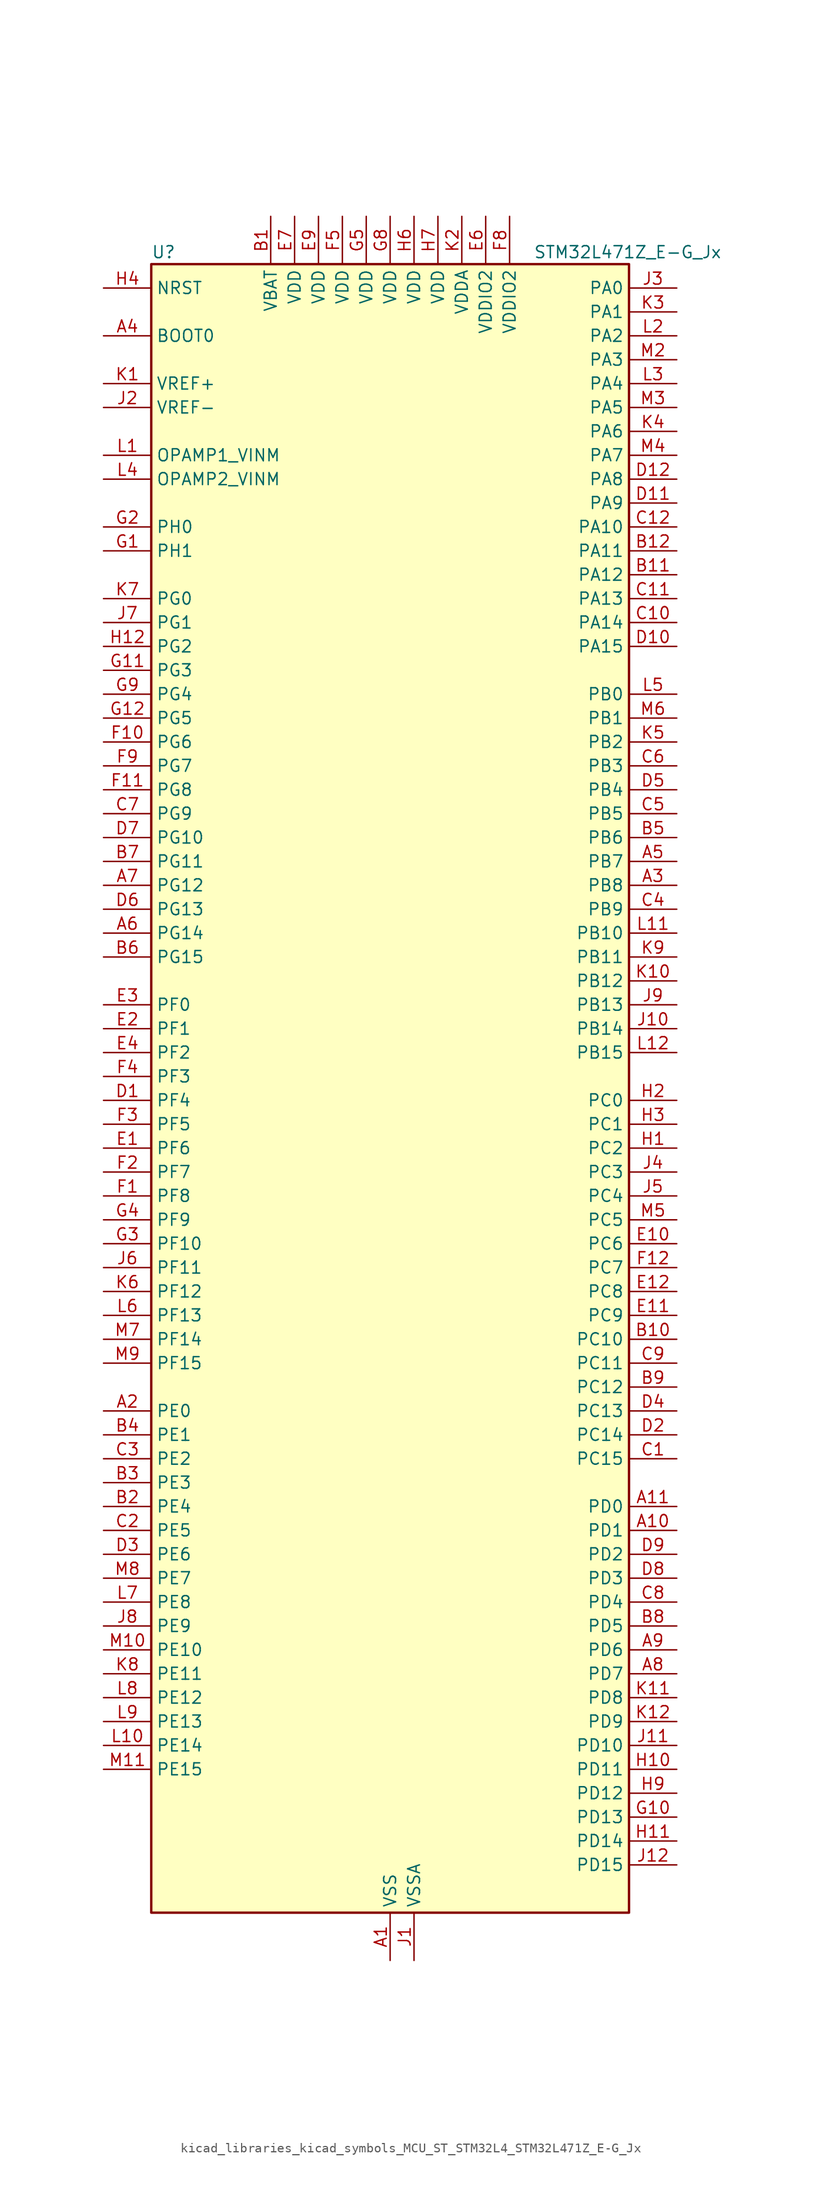
<source format=kicad_sym>
(kicad_symbol_lib
  (version 20220914)
  (generator kicad_symbol_editor)
  (symbol "kicad_libraries_kicad_symbols_MCU_ST_STM32L4_STM32L471Z_E-G_Jx"
    (property "Reference" "U"
      (at -25.4 90.17 0)
      (effects (font (size 1.27 1.27)) (justify left)))
    (property "Value" "STM32L471Z_E-G_Jx"
      (at 15.24 90.17 0)
      (effects (font (size 1.27 1.27)) (justify left)))
    (property "ki_locked" ""
      (at 0 0 0)
      (effects (font (size 1.27 1.27))))
    (symbol "kicad_libraries_kicad_symbols_MCU_ST_STM32L4_STM32L471Z_E-G_Jx_0_1"
      (rectangle (start -25.4 -86.36) (end 25.4 88.9) (stroke (width 0.254) (type default)) (fill (type background))))
    (symbol "kicad_libraries_kicad_symbols_MCU_ST_STM32L4_STM32L471Z_E-G_Jx_1_1"
      (pin power_in line (at 0 -91.44 90) (length 5.08) (name "VSS" (effects (font (size 1.27 1.27)))) (number "A1" (effects (font (size 1.27 1.27)))))
      (pin bidirectional line (at 30.48 -45.72 180) (length 5.08) (name "PD1" (effects (font (size 1.27 1.27)))) (number "A10" (effects (font (size 1.27 1.27)))) (alternate "CAN1_TX" bidirectional line) (alternate "DFSDM1_CKIN7" bidirectional line) (alternate "FMC_D3" bidirectional line) (alternate "FMC_DA3" bidirectional line) (alternate "SPI2_SCK" bidirectional line))
      (pin bidirectional line (at 30.48 -43.18 180) (length 5.08) (name "PD0" (effects (font (size 1.27 1.27)))) (number "A11" (effects (font (size 1.27 1.27)))) (alternate "CAN1_RX" bidirectional line) (alternate "DFSDM1_DATIN7" bidirectional line) (alternate "FMC_D2" bidirectional line) (alternate "FMC_DA2" bidirectional line) (alternate "SPI2_NSS" bidirectional line))
      (pin passive line (at 0 -91.44 90) (length 5.08) hide (name "VSS" (effects (font (size 1.27 1.27)))) (number "A12" (effects (font (size 1.27 1.27)))))
      (pin bidirectional line (at -30.48 -33.02 0) (length 5.08) (name "PE0" (effects (font (size 1.27 1.27)))) (number "A2" (effects (font (size 1.27 1.27)))) (alternate "FMC_NBL0" bidirectional line) (alternate "TIM16_CH1" bidirectional line) (alternate "TIM4_ETR" bidirectional line))
      (pin bidirectional line (at 30.48 22.86 180) (length 5.08) (name "PB8" (effects (font (size 1.27 1.27)))) (number "A3" (effects (font (size 1.27 1.27)))) (alternate "CAN1_RX" bidirectional line) (alternate "DFSDM1_DATIN6" bidirectional line) (alternate "I2C1_SCL" bidirectional line) (alternate "SAI1_MCLK_A" bidirectional line) (alternate "SDMMC1_D4" bidirectional line) (alternate "TIM16_CH1" bidirectional line) (alternate "TIM4_CH3" bidirectional line))
      (pin input line (at -30.48 81.28 0) (length 5.08) (name "BOOT0" (effects (font (size 1.27 1.27)))) (number "A4" (effects (font (size 1.27 1.27)))))
      (pin bidirectional line (at 30.48 25.4 180) (length 5.08) (name "PB7" (effects (font (size 1.27 1.27)))) (number "A5" (effects (font (size 1.27 1.27)))) (alternate "COMP2_INM" bidirectional line) (alternate "DFSDM1_CKIN5" bidirectional line) (alternate "FMC_NL" bidirectional line) (alternate "I2C1_SDA" bidirectional line) (alternate "LPTIM1_IN2" bidirectional line) (alternate "SYS_PVD_IN" bidirectional line) (alternate "TIM17_CH1N" bidirectional line) (alternate "TIM4_CH2" bidirectional line) (alternate "TIM8_BKIN" bidirectional line) (alternate "TIM8_BKIN_COMP1" bidirectional line) (alternate "TSC_G2_IO4" bidirectional line) (alternate "UART4_CTS" bidirectional line) (alternate "USART1_RX" bidirectional line))
      (pin bidirectional line (at -30.48 17.78 0) (length 5.08) (name "PG14" (effects (font (size 1.27 1.27)))) (number "A6" (effects (font (size 1.27 1.27)))) (alternate "FMC_A25" bidirectional line) (alternate "I2C1_SCL" bidirectional line))
      (pin bidirectional line (at -30.48 22.86 0) (length 5.08) (name "PG12" (effects (font (size 1.27 1.27)))) (number "A7" (effects (font (size 1.27 1.27)))) (alternate "FMC_NE4" bidirectional line) (alternate "LPTIM1_ETR" bidirectional line) (alternate "SAI2_SD_A" bidirectional line) (alternate "SPI3_NSS" bidirectional line) (alternate "USART1_DE" bidirectional line) (alternate "USART1_RTS" bidirectional line))
      (pin bidirectional line (at 30.48 -60.96 180) (length 5.08) (name "PD7" (effects (font (size 1.27 1.27)))) (number "A8" (effects (font (size 1.27 1.27)))) (alternate "DFSDM1_CKIN1" bidirectional line) (alternate "FMC_NE1" bidirectional line) (alternate "USART2_CK" bidirectional line))
      (pin bidirectional line (at 30.48 -58.42 180) (length 5.08) (name "PD6" (effects (font (size 1.27 1.27)))) (number "A9" (effects (font (size 1.27 1.27)))) (alternate "DFSDM1_DATIN1" bidirectional line) (alternate "FMC_NWAIT" bidirectional line) (alternate "SAI1_SD_A" bidirectional line) (alternate "USART2_RX" bidirectional line))
      (pin power_in line (at -12.7 93.98 270) (length 5.08) (name "VBAT" (effects (font (size 1.27 1.27)))) (number "B1" (effects (font (size 1.27 1.27)))))
      (pin bidirectional line (at 30.48 -25.4 180) (length 5.08) (name "PC10" (effects (font (size 1.27 1.27)))) (number "B10" (effects (font (size 1.27 1.27)))) (alternate "SAI2_SCK_B" bidirectional line) (alternate "SDMMC1_D2" bidirectional line) (alternate "SPI3_SCK" bidirectional line) (alternate "TSC_G3_IO2" bidirectional line) (alternate "UART4_TX" bidirectional line) (alternate "USART3_TX" bidirectional line))
      (pin bidirectional line (at 30.48 55.88 180) (length 5.08) (name "PA12" (effects (font (size 1.27 1.27)))) (number "B11" (effects (font (size 1.27 1.27)))) (alternate "CAN1_TX" bidirectional line) (alternate "TIM1_ETR" bidirectional line) (alternate "USART1_DE" bidirectional line) (alternate "USART1_RTS" bidirectional line))
      (pin bidirectional line (at 30.48 58.42 180) (length 5.08) (name "PA11" (effects (font (size 1.27 1.27)))) (number "B12" (effects (font (size 1.27 1.27)))) (alternate "ADC1_EXTI11" bidirectional line) (alternate "ADC2_EXTI11" bidirectional line) (alternate "ADC3_EXTI11" bidirectional line) (alternate "CAN1_RX" bidirectional line) (alternate "TIM1_BKIN2" bidirectional line) (alternate "TIM1_BKIN2_COMP1" bidirectional line) (alternate "TIM1_CH4" bidirectional line) (alternate "USART1_CTS" bidirectional line))
      (pin bidirectional line (at -30.48 -43.18 0) (length 5.08) (name "PE4" (effects (font (size 1.27 1.27)))) (number "B2" (effects (font (size 1.27 1.27)))) (alternate "DFSDM1_DATIN3" bidirectional line) (alternate "FMC_A20" bidirectional line) (alternate "SAI1_FS_A" bidirectional line) (alternate "SYS_TRACED1" bidirectional line) (alternate "TIM3_CH2" bidirectional line) (alternate "TSC_G7_IO3" bidirectional line))
      (pin bidirectional line (at -30.48 -40.64 0) (length 5.08) (name "PE3" (effects (font (size 1.27 1.27)))) (number "B3" (effects (font (size 1.27 1.27)))) (alternate "FMC_A19" bidirectional line) (alternate "SAI1_SD_B" bidirectional line) (alternate "SYS_TRACED0" bidirectional line) (alternate "TIM3_CH1" bidirectional line) (alternate "TSC_G7_IO2" bidirectional line))
      (pin bidirectional line (at -30.48 -35.56 0) (length 5.08) (name "PE1" (effects (font (size 1.27 1.27)))) (number "B4" (effects (font (size 1.27 1.27)))) (alternate "FMC_NBL1" bidirectional line) (alternate "TIM17_CH1" bidirectional line))
      (pin bidirectional line (at 30.48 27.94 180) (length 5.08) (name "PB6" (effects (font (size 1.27 1.27)))) (number "B5" (effects (font (size 1.27 1.27)))) (alternate "COMP2_INP" bidirectional line) (alternate "DFSDM1_DATIN5" bidirectional line) (alternate "I2C1_SCL" bidirectional line) (alternate "LPTIM1_ETR" bidirectional line) (alternate "SAI1_FS_B" bidirectional line) (alternate "TIM16_CH1N" bidirectional line) (alternate "TIM4_CH1" bidirectional line) (alternate "TIM8_BKIN2" bidirectional line) (alternate "TIM8_BKIN2_COMP2" bidirectional line) (alternate "TSC_G2_IO3" bidirectional line) (alternate "USART1_TX" bidirectional line))
      (pin bidirectional line (at -30.48 15.24 0) (length 5.08) (name "PG15" (effects (font (size 1.27 1.27)))) (number "B6" (effects (font (size 1.27 1.27)))) (alternate "ADC1_EXTI15" bidirectional line) (alternate "ADC2_EXTI15" bidirectional line) (alternate "ADC3_EXTI15" bidirectional line) (alternate "I2C1_SMBA" bidirectional line) (alternate "LPTIM1_OUT" bidirectional line))
      (pin bidirectional line (at -30.48 25.4 0) (length 5.08) (name "PG11" (effects (font (size 1.27 1.27)))) (number "B7" (effects (font (size 1.27 1.27)))) (alternate "ADC1_EXTI11" bidirectional line) (alternate "ADC2_EXTI11" bidirectional line) (alternate "ADC3_EXTI11" bidirectional line) (alternate "LPTIM1_IN2" bidirectional line) (alternate "SAI2_MCLK_A" bidirectional line) (alternate "SPI3_MOSI" bidirectional line) (alternate "TIM15_CH2" bidirectional line) (alternate "USART1_CTS" bidirectional line))
      (pin bidirectional line (at 30.48 -55.88 180) (length 5.08) (name "PD5" (effects (font (size 1.27 1.27)))) (number "B8" (effects (font (size 1.27 1.27)))) (alternate "FMC_NWE" bidirectional line) (alternate "USART2_TX" bidirectional line))
      (pin bidirectional line (at 30.48 -30.48 180) (length 5.08) (name "PC12" (effects (font (size 1.27 1.27)))) (number "B9" (effects (font (size 1.27 1.27)))) (alternate "SAI2_SD_B" bidirectional line) (alternate "SDMMC1_CK" bidirectional line) (alternate "SPI3_MOSI" bidirectional line) (alternate "TSC_G3_IO4" bidirectional line) (alternate "UART5_TX" bidirectional line) (alternate "USART3_CK" bidirectional line))
      (pin bidirectional line (at 30.48 -38.1 180) (length 5.08) (name "PC15" (effects (font (size 1.27 1.27)))) (number "C1" (effects (font (size 1.27 1.27)))) (alternate "ADC1_EXTI15" bidirectional line) (alternate "ADC2_EXTI15" bidirectional line) (alternate "ADC3_EXTI15" bidirectional line) (alternate "RCC_OSC32_OUT" bidirectional line))
      (pin bidirectional line (at 30.48 50.8 180) (length 5.08) (name "PA14" (effects (font (size 1.27 1.27)))) (number "C10" (effects (font (size 1.27 1.27)))) (alternate "SYS_JTCK-SWCLK" bidirectional line))
      (pin bidirectional line (at 30.48 53.34 180) (length 5.08) (name "PA13" (effects (font (size 1.27 1.27)))) (number "C11" (effects (font (size 1.27 1.27)))) (alternate "IR_OUT" bidirectional line) (alternate "SYS_JTMS-SWDIO" bidirectional line))
      (pin bidirectional line (at 30.48 60.96 180) (length 5.08) (name "PA10" (effects (font (size 1.27 1.27)))) (number "C12" (effects (font (size 1.27 1.27)))) (alternate "TIM17_BKIN" bidirectional line) (alternate "TIM1_CH3" bidirectional line) (alternate "USART1_RX" bidirectional line))
      (pin bidirectional line (at -30.48 -45.72 0) (length 5.08) (name "PE5" (effects (font (size 1.27 1.27)))) (number "C2" (effects (font (size 1.27 1.27)))) (alternate "DFSDM1_CKIN3" bidirectional line) (alternate "FMC_A21" bidirectional line) (alternate "SAI1_SCK_A" bidirectional line) (alternate "SYS_TRACED2" bidirectional line) (alternate "TIM3_CH3" bidirectional line) (alternate "TSC_G7_IO4" bidirectional line))
      (pin bidirectional line (at -30.48 -38.1 0) (length 5.08) (name "PE2" (effects (font (size 1.27 1.27)))) (number "C3" (effects (font (size 1.27 1.27)))) (alternate "FMC_A23" bidirectional line) (alternate "SAI1_MCLK_A" bidirectional line) (alternate "SYS_TRACECLK" bidirectional line) (alternate "TIM3_ETR" bidirectional line) (alternate "TSC_G7_IO1" bidirectional line))
      (pin bidirectional line (at 30.48 20.32 180) (length 5.08) (name "PB9" (effects (font (size 1.27 1.27)))) (number "C4" (effects (font (size 1.27 1.27)))) (alternate "CAN1_TX" bidirectional line) (alternate "DAC1_EXTI9" bidirectional line) (alternate "DFSDM1_CKIN6" bidirectional line) (alternate "I2C1_SDA" bidirectional line) (alternate "IR_OUT" bidirectional line) (alternate "SAI1_FS_A" bidirectional line) (alternate "SDMMC1_D5" bidirectional line) (alternate "SPI2_NSS" bidirectional line) (alternate "TIM17_CH1" bidirectional line) (alternate "TIM4_CH4" bidirectional line))
      (pin bidirectional line (at 30.48 30.48 180) (length 5.08) (name "PB5" (effects (font (size 1.27 1.27)))) (number "C5" (effects (font (size 1.27 1.27)))) (alternate "COMP2_OUT" bidirectional line) (alternate "I2C1_SMBA" bidirectional line) (alternate "LPTIM1_IN1" bidirectional line) (alternate "SAI1_SD_B" bidirectional line) (alternate "SPI1_MOSI" bidirectional line) (alternate "SPI3_MOSI" bidirectional line) (alternate "TIM16_BKIN" bidirectional line) (alternate "TIM3_CH2" bidirectional line) (alternate "TSC_G2_IO2" bidirectional line) (alternate "UART5_CTS" bidirectional line) (alternate "USART1_CK" bidirectional line))
      (pin bidirectional line (at 30.48 35.56 180) (length 5.08) (name "PB3" (effects (font (size 1.27 1.27)))) (number "C6" (effects (font (size 1.27 1.27)))) (alternate "COMP2_INM" bidirectional line) (alternate "SAI1_SCK_B" bidirectional line) (alternate "SPI1_SCK" bidirectional line) (alternate "SPI3_SCK" bidirectional line) (alternate "SYS_JTDO-SWO" bidirectional line) (alternate "TIM2_CH2" bidirectional line) (alternate "USART1_DE" bidirectional line) (alternate "USART1_RTS" bidirectional line))
      (pin bidirectional line (at -30.48 30.48 0) (length 5.08) (name "PG9" (effects (font (size 1.27 1.27)))) (number "C7" (effects (font (size 1.27 1.27)))) (alternate "DAC1_EXTI9" bidirectional line) (alternate "FMC_NCE3" bidirectional line) (alternate "FMC_NE2" bidirectional line) (alternate "SAI2_SCK_A" bidirectional line) (alternate "SPI3_SCK" bidirectional line) (alternate "TIM15_CH1N" bidirectional line) (alternate "USART1_TX" bidirectional line))
      (pin bidirectional line (at 30.48 -53.34 180) (length 5.08) (name "PD4" (effects (font (size 1.27 1.27)))) (number "C8" (effects (font (size 1.27 1.27)))) (alternate "DFSDM1_CKIN0" bidirectional line) (alternate "FMC_NOE" bidirectional line) (alternate "SPI2_MOSI" bidirectional line) (alternate "USART2_DE" bidirectional line) (alternate "USART2_RTS" bidirectional line))
      (pin bidirectional line (at 30.48 -27.94 180) (length 5.08) (name "PC11" (effects (font (size 1.27 1.27)))) (number "C9" (effects (font (size 1.27 1.27)))) (alternate "ADC1_EXTI11" bidirectional line) (alternate "ADC2_EXTI11" bidirectional line) (alternate "ADC3_EXTI11" bidirectional line) (alternate "SAI2_MCLK_B" bidirectional line) (alternate "SDMMC1_D3" bidirectional line) (alternate "SPI3_MISO" bidirectional line) (alternate "TSC_G3_IO3" bidirectional line) (alternate "UART4_RX" bidirectional line) (alternate "USART3_RX" bidirectional line))
      (pin bidirectional line (at -30.48 0 0) (length 5.08) (name "PF4" (effects (font (size 1.27 1.27)))) (number "D1" (effects (font (size 1.27 1.27)))) (alternate "ADC3_IN7" bidirectional line) (alternate "FMC_A4" bidirectional line))
      (pin bidirectional line (at 30.48 48.26 180) (length 5.08) (name "PA15" (effects (font (size 1.27 1.27)))) (number "D10" (effects (font (size 1.27 1.27)))) (alternate "ADC1_EXTI15" bidirectional line) (alternate "ADC2_EXTI15" bidirectional line) (alternate "ADC3_EXTI15" bidirectional line) (alternate "SAI2_FS_B" bidirectional line) (alternate "SPI1_NSS" bidirectional line) (alternate "SPI3_NSS" bidirectional line) (alternate "SYS_JTDI" bidirectional line) (alternate "TIM2_CH1" bidirectional line) (alternate "TIM2_ETR" bidirectional line) (alternate "TSC_G3_IO1" bidirectional line) (alternate "UART4_DE" bidirectional line) (alternate "UART4_RTS" bidirectional line))
      (pin bidirectional line (at 30.48 63.5 180) (length 5.08) (name "PA9" (effects (font (size 1.27 1.27)))) (number "D11" (effects (font (size 1.27 1.27)))) (alternate "DAC1_EXTI9" bidirectional line) (alternate "TIM15_BKIN" bidirectional line) (alternate "TIM1_CH2" bidirectional line) (alternate "USART1_TX" bidirectional line))
      (pin bidirectional line (at 30.48 66.04 180) (length 5.08) (name "PA8" (effects (font (size 1.27 1.27)))) (number "D12" (effects (font (size 1.27 1.27)))) (alternate "LPTIM2_OUT" bidirectional line) (alternate "RCC_MCO" bidirectional line) (alternate "TIM1_CH1" bidirectional line) (alternate "USART1_CK" bidirectional line))
      (pin bidirectional line (at 30.48 -35.56 180) (length 5.08) (name "PC14" (effects (font (size 1.27 1.27)))) (number "D2" (effects (font (size 1.27 1.27)))) (alternate "RCC_OSC32_IN" bidirectional line))
      (pin bidirectional line (at -30.48 -48.26 0) (length 5.08) (name "PE6" (effects (font (size 1.27 1.27)))) (number "D3" (effects (font (size 1.27 1.27)))) (alternate "FMC_A22" bidirectional line) (alternate "RTC_TAMP3" bidirectional line) (alternate "SAI1_SD_A" bidirectional line) (alternate "SYS_TRACED3" bidirectional line) (alternate "SYS_WKUP3" bidirectional line) (alternate "TIM3_CH4" bidirectional line))
      (pin bidirectional line (at 30.48 -33.02 180) (length 5.08) (name "PC13" (effects (font (size 1.27 1.27)))) (number "D4" (effects (font (size 1.27 1.27)))) (alternate "RTC_OUT_ALARM" bidirectional line) (alternate "RTC_OUT_CALIB" bidirectional line) (alternate "RTC_TAMP1" bidirectional line) (alternate "RTC_TS" bidirectional line) (alternate "SYS_WKUP2" bidirectional line))
      (pin bidirectional line (at 30.48 33.02 180) (length 5.08) (name "PB4" (effects (font (size 1.27 1.27)))) (number "D5" (effects (font (size 1.27 1.27)))) (alternate "COMP2_INP" bidirectional line) (alternate "SAI1_MCLK_B" bidirectional line) (alternate "SPI1_MISO" bidirectional line) (alternate "SPI3_MISO" bidirectional line) (alternate "SYS_JTRST" bidirectional line) (alternate "TIM17_BKIN" bidirectional line) (alternate "TIM3_CH1" bidirectional line) (alternate "TSC_G2_IO1" bidirectional line) (alternate "UART5_DE" bidirectional line) (alternate "UART5_RTS" bidirectional line) (alternate "USART1_CTS" bidirectional line))
      (pin bidirectional line (at -30.48 20.32 0) (length 5.08) (name "PG13" (effects (font (size 1.27 1.27)))) (number "D6" (effects (font (size 1.27 1.27)))) (alternate "FMC_A24" bidirectional line) (alternate "I2C1_SDA" bidirectional line) (alternate "USART1_CK" bidirectional line))
      (pin bidirectional line (at -30.48 27.94 0) (length 5.08) (name "PG10" (effects (font (size 1.27 1.27)))) (number "D7" (effects (font (size 1.27 1.27)))) (alternate "FMC_NE3" bidirectional line) (alternate "LPTIM1_IN1" bidirectional line) (alternate "SAI2_FS_A" bidirectional line) (alternate "SPI3_MISO" bidirectional line) (alternate "TIM15_CH1" bidirectional line) (alternate "USART1_RX" bidirectional line))
      (pin bidirectional line (at 30.48 -50.8 180) (length 5.08) (name "PD3" (effects (font (size 1.27 1.27)))) (number "D8" (effects (font (size 1.27 1.27)))) (alternate "DFSDM1_DATIN0" bidirectional line) (alternate "FMC_CLK" bidirectional line) (alternate "SPI2_MISO" bidirectional line) (alternate "USART2_CTS" bidirectional line))
      (pin bidirectional line (at 30.48 -48.26 180) (length 5.08) (name "PD2" (effects (font (size 1.27 1.27)))) (number "D9" (effects (font (size 1.27 1.27)))) (alternate "SDMMC1_CMD" bidirectional line) (alternate "TIM3_ETR" bidirectional line) (alternate "TSC_SYNC" bidirectional line) (alternate "UART5_RX" bidirectional line) (alternate "USART3_DE" bidirectional line) (alternate "USART3_RTS" bidirectional line))
      (pin bidirectional line (at -30.48 -5.08 0) (length 5.08) (name "PF6" (effects (font (size 1.27 1.27)))) (number "E1" (effects (font (size 1.27 1.27)))) (alternate "ADC3_IN9" bidirectional line) (alternate "SAI1_SD_B" bidirectional line) (alternate "TIM5_CH1" bidirectional line) (alternate "TIM5_ETR" bidirectional line))
      (pin bidirectional line (at 30.48 -15.24 180) (length 5.08) (name "PC6" (effects (font (size 1.27 1.27)))) (number "E10" (effects (font (size 1.27 1.27)))) (alternate "DFSDM1_CKIN3" bidirectional line) (alternate "SAI2_MCLK_A" bidirectional line) (alternate "SDMMC1_D6" bidirectional line) (alternate "TIM3_CH1" bidirectional line) (alternate "TIM8_CH1" bidirectional line) (alternate "TSC_G4_IO1" bidirectional line))
      (pin bidirectional line (at 30.48 -22.86 180) (length 5.08) (name "PC9" (effects (font (size 1.27 1.27)))) (number "E11" (effects (font (size 1.27 1.27)))) (alternate "DAC1_EXTI9" bidirectional line) (alternate "SAI2_EXTCLK" bidirectional line) (alternate "SDMMC1_D1" bidirectional line) (alternate "TIM3_CH4" bidirectional line) (alternate "TIM8_BKIN2" bidirectional line) (alternate "TIM8_BKIN2_COMP1" bidirectional line) (alternate "TIM8_CH4" bidirectional line) (alternate "TSC_G4_IO4" bidirectional line))
      (pin bidirectional line (at 30.48 -20.32 180) (length 5.08) (name "PC8" (effects (font (size 1.27 1.27)))) (number "E12" (effects (font (size 1.27 1.27)))) (alternate "SDMMC1_D0" bidirectional line) (alternate "TIM3_CH3" bidirectional line) (alternate "TIM8_CH3" bidirectional line) (alternate "TSC_G4_IO3" bidirectional line))
      (pin bidirectional line (at -30.48 7.62 0) (length 5.08) (name "PF1" (effects (font (size 1.27 1.27)))) (number "E2" (effects (font (size 1.27 1.27)))) (alternate "FMC_A1" bidirectional line) (alternate "I2C2_SCL" bidirectional line))
      (pin bidirectional line (at -30.48 10.16 0) (length 5.08) (name "PF0" (effects (font (size 1.27 1.27)))) (number "E3" (effects (font (size 1.27 1.27)))) (alternate "FMC_A0" bidirectional line) (alternate "I2C2_SDA" bidirectional line))
      (pin bidirectional line (at -30.48 5.08 0) (length 5.08) (name "PF2" (effects (font (size 1.27 1.27)))) (number "E4" (effects (font (size 1.27 1.27)))) (alternate "FMC_A2" bidirectional line) (alternate "I2C2_SMBA" bidirectional line))
      (pin passive line (at 0 -91.44 90) (length 5.08) hide (name "VSS" (effects (font (size 1.27 1.27)))) (number "E5" (effects (font (size 1.27 1.27)))))
      (pin power_in line (at 10.16 93.98 270) (length 5.08) (name "VDDIO2" (effects (font (size 1.27 1.27)))) (number "E6" (effects (font (size 1.27 1.27)))))
      (pin power_in line (at -10.16 93.98 270) (length 5.08) (name "VDD" (effects (font (size 1.27 1.27)))) (number "E7" (effects (font (size 1.27 1.27)))))
      (pin passive line (at 0 -91.44 90) (length 5.08) hide (name "VSS" (effects (font (size 1.27 1.27)))) (number "E8" (effects (font (size 1.27 1.27)))))
      (pin power_in line (at -7.62 93.98 270) (length 5.08) (name "VDD" (effects (font (size 1.27 1.27)))) (number "E9" (effects (font (size 1.27 1.27)))))
      (pin bidirectional line (at -30.48 -10.16 0) (length 5.08) (name "PF8" (effects (font (size 1.27 1.27)))) (number "F1" (effects (font (size 1.27 1.27)))) (alternate "ADC3_IN11" bidirectional line) (alternate "SAI1_SCK_B" bidirectional line) (alternate "TIM5_CH3" bidirectional line))
      (pin bidirectional line (at -30.48 38.1 0) (length 5.08) (name "PG6" (effects (font (size 1.27 1.27)))) (number "F10" (effects (font (size 1.27 1.27)))) (alternate "I2C3_SMBA" bidirectional line) (alternate "LPUART1_DE" bidirectional line) (alternate "LPUART1_RTS" bidirectional line))
      (pin bidirectional line (at -30.48 33.02 0) (length 5.08) (name "PG8" (effects (font (size 1.27 1.27)))) (number "F11" (effects (font (size 1.27 1.27)))) (alternate "I2C3_SDA" bidirectional line) (alternate "LPUART1_RX" bidirectional line))
      (pin bidirectional line (at 30.48 -17.78 180) (length 5.08) (name "PC7" (effects (font (size 1.27 1.27)))) (number "F12" (effects (font (size 1.27 1.27)))) (alternate "DFSDM1_DATIN3" bidirectional line) (alternate "SAI2_MCLK_B" bidirectional line) (alternate "SDMMC1_D7" bidirectional line) (alternate "TIM3_CH2" bidirectional line) (alternate "TIM8_CH2" bidirectional line) (alternate "TSC_G4_IO2" bidirectional line))
      (pin bidirectional line (at -30.48 -7.62 0) (length 5.08) (name "PF7" (effects (font (size 1.27 1.27)))) (number "F2" (effects (font (size 1.27 1.27)))) (alternate "ADC3_IN10" bidirectional line) (alternate "SAI1_MCLK_B" bidirectional line) (alternate "TIM5_CH2" bidirectional line))
      (pin bidirectional line (at -30.48 -2.54 0) (length 5.08) (name "PF5" (effects (font (size 1.27 1.27)))) (number "F3" (effects (font (size 1.27 1.27)))) (alternate "ADC3_IN8" bidirectional line) (alternate "FMC_A5" bidirectional line))
      (pin bidirectional line (at -30.48 2.54 0) (length 5.08) (name "PF3" (effects (font (size 1.27 1.27)))) (number "F4" (effects (font (size 1.27 1.27)))) (alternate "ADC3_IN6" bidirectional line) (alternate "FMC_A3" bidirectional line))
      (pin power_in line (at -5.08 93.98 270) (length 5.08) (name "VDD" (effects (font (size 1.27 1.27)))) (number "F5" (effects (font (size 1.27 1.27)))))
      (pin passive line (at 0 -91.44 90) (length 5.08) hide (name "VSS" (effects (font (size 1.27 1.27)))) (number "F6" (effects (font (size 1.27 1.27)))))
      (pin passive line (at 0 -91.44 90) (length 5.08) hide (name "VSS" (effects (font (size 1.27 1.27)))) (number "F7" (effects (font (size 1.27 1.27)))))
      (pin power_in line (at 12.7 93.98 270) (length 5.08) (name "VDDIO2" (effects (font (size 1.27 1.27)))) (number "F8" (effects (font (size 1.27 1.27)))))
      (pin bidirectional line (at -30.48 35.56 0) (length 5.08) (name "PG7" (effects (font (size 1.27 1.27)))) (number "F9" (effects (font (size 1.27 1.27)))) (alternate "FMC_INT3" bidirectional line) (alternate "I2C3_SCL" bidirectional line) (alternate "LPUART1_TX" bidirectional line))
      (pin bidirectional line (at -30.48 58.42 0) (length 5.08) (name "PH1" (effects (font (size 1.27 1.27)))) (number "G1" (effects (font (size 1.27 1.27)))) (alternate "RCC_OSC_OUT" bidirectional line))
      (pin bidirectional line (at 30.48 -76.2 180) (length 5.08) (name "PD13" (effects (font (size 1.27 1.27)))) (number "G10" (effects (font (size 1.27 1.27)))) (alternate "FMC_A18" bidirectional line) (alternate "LPTIM2_OUT" bidirectional line) (alternate "TIM4_CH2" bidirectional line) (alternate "TSC_G6_IO4" bidirectional line))
      (pin bidirectional line (at -30.48 45.72 0) (length 5.08) (name "PG3" (effects (font (size 1.27 1.27)))) (number "G11" (effects (font (size 1.27 1.27)))) (alternate "FMC_A13" bidirectional line) (alternate "SAI2_FS_B" bidirectional line) (alternate "SPI1_MISO" bidirectional line))
      (pin bidirectional line (at -30.48 40.64 0) (length 5.08) (name "PG5" (effects (font (size 1.27 1.27)))) (number "G12" (effects (font (size 1.27 1.27)))) (alternate "FMC_A15" bidirectional line) (alternate "LPUART1_CTS" bidirectional line) (alternate "SAI2_SD_B" bidirectional line) (alternate "SPI1_NSS" bidirectional line))
      (pin bidirectional line (at -30.48 60.96 0) (length 5.08) (name "PH0" (effects (font (size 1.27 1.27)))) (number "G2" (effects (font (size 1.27 1.27)))) (alternate "RCC_OSC_IN" bidirectional line))
      (pin bidirectional line (at -30.48 -15.24 0) (length 5.08) (name "PF10" (effects (font (size 1.27 1.27)))) (number "G3" (effects (font (size 1.27 1.27)))) (alternate "ADC3_IN13" bidirectional line) (alternate "TIM15_CH2" bidirectional line))
      (pin bidirectional line (at -30.48 -12.7 0) (length 5.08) (name "PF9" (effects (font (size 1.27 1.27)))) (number "G4" (effects (font (size 1.27 1.27)))) (alternate "ADC3_IN12" bidirectional line) (alternate "DAC1_EXTI9" bidirectional line) (alternate "SAI1_FS_B" bidirectional line) (alternate "TIM15_CH1" bidirectional line) (alternate "TIM5_CH4" bidirectional line))
      (pin power_in line (at -2.54 93.98 270) (length 5.08) (name "VDD" (effects (font (size 1.27 1.27)))) (number "G5" (effects (font (size 1.27 1.27)))))
      (pin passive line (at 0 -91.44 90) (length 5.08) hide (name "VSS" (effects (font (size 1.27 1.27)))) (number "G6" (effects (font (size 1.27 1.27)))))
      (pin passive line (at 0 -91.44 90) (length 5.08) hide (name "VSS" (effects (font (size 1.27 1.27)))) (number "G7" (effects (font (size 1.27 1.27)))))
      (pin power_in line (at 0 93.98 270) (length 5.08) (name "VDD" (effects (font (size 1.27 1.27)))) (number "G8" (effects (font (size 1.27 1.27)))))
      (pin bidirectional line (at -30.48 43.18 0) (length 5.08) (name "PG4" (effects (font (size 1.27 1.27)))) (number "G9" (effects (font (size 1.27 1.27)))) (alternate "FMC_A14" bidirectional line) (alternate "SAI2_MCLK_B" bidirectional line) (alternate "SPI1_MOSI" bidirectional line))
      (pin bidirectional line (at 30.48 -5.08 180) (length 5.08) (name "PC2" (effects (font (size 1.27 1.27)))) (number "H1" (effects (font (size 1.27 1.27)))) (alternate "ADC1_IN3" bidirectional line) (alternate "ADC2_IN3" bidirectional line) (alternate "ADC3_IN3" bidirectional line) (alternate "DFSDM1_CKOUT" bidirectional line) (alternate "LPTIM1_IN2" bidirectional line) (alternate "SPI2_MISO" bidirectional line))
      (pin bidirectional line (at 30.48 -71.12 180) (length 5.08) (name "PD11" (effects (font (size 1.27 1.27)))) (number "H10" (effects (font (size 1.27 1.27)))) (alternate "ADC1_EXTI11" bidirectional line) (alternate "ADC2_EXTI11" bidirectional line) (alternate "ADC3_EXTI11" bidirectional line) (alternate "FMC_A16" bidirectional line) (alternate "FMC_CLE" bidirectional line) (alternate "LPTIM2_ETR" bidirectional line) (alternate "SAI2_SD_A" bidirectional line) (alternate "TSC_G6_IO2" bidirectional line) (alternate "USART3_CTS" bidirectional line))
      (pin bidirectional line (at 30.48 -78.74 180) (length 5.08) (name "PD14" (effects (font (size 1.27 1.27)))) (number "H11" (effects (font (size 1.27 1.27)))) (alternate "FMC_D0" bidirectional line) (alternate "FMC_DA0" bidirectional line) (alternate "TIM4_CH3" bidirectional line))
      (pin bidirectional line (at -30.48 48.26 0) (length 5.08) (name "PG2" (effects (font (size 1.27 1.27)))) (number "H12" (effects (font (size 1.27 1.27)))) (alternate "FMC_A12" bidirectional line) (alternate "SAI2_SCK_B" bidirectional line) (alternate "SPI1_SCK" bidirectional line))
      (pin bidirectional line (at 30.48 0 180) (length 5.08) (name "PC0" (effects (font (size 1.27 1.27)))) (number "H2" (effects (font (size 1.27 1.27)))) (alternate "ADC1_IN1" bidirectional line) (alternate "ADC2_IN1" bidirectional line) (alternate "ADC3_IN1" bidirectional line) (alternate "DFSDM1_DATIN4" bidirectional line) (alternate "I2C3_SCL" bidirectional line) (alternate "LPTIM1_IN1" bidirectional line) (alternate "LPTIM2_IN1" bidirectional line) (alternate "LPUART1_RX" bidirectional line))
      (pin bidirectional line (at 30.48 -2.54 180) (length 5.08) (name "PC1" (effects (font (size 1.27 1.27)))) (number "H3" (effects (font (size 1.27 1.27)))) (alternate "ADC1_IN2" bidirectional line) (alternate "ADC2_IN2" bidirectional line) (alternate "ADC3_IN2" bidirectional line) (alternate "DFSDM1_CKIN4" bidirectional line) (alternate "I2C3_SDA" bidirectional line) (alternate "LPTIM1_OUT" bidirectional line) (alternate "LPUART1_TX" bidirectional line))
      (pin input line (at -30.48 86.36 0) (length 5.08) (name "NRST" (effects (font (size 1.27 1.27)))) (number "H4" (effects (font (size 1.27 1.27)))))
      (pin passive line (at 0 -91.44 90) (length 5.08) hide (name "VSS" (effects (font (size 1.27 1.27)))) (number "H5" (effects (font (size 1.27 1.27)))))
      (pin power_in line (at 2.54 93.98 270) (length 5.08) (name "VDD" (effects (font (size 1.27 1.27)))) (number "H6" (effects (font (size 1.27 1.27)))))
      (pin power_in line (at 5.08 93.98 270) (length 5.08) (name "VDD" (effects (font (size 1.27 1.27)))) (number "H7" (effects (font (size 1.27 1.27)))))
      (pin passive line (at 0 -91.44 90) (length 5.08) hide (name "VSS" (effects (font (size 1.27 1.27)))) (number "H8" (effects (font (size 1.27 1.27)))))
      (pin bidirectional line (at 30.48 -73.66 180) (length 5.08) (name "PD12" (effects (font (size 1.27 1.27)))) (number "H9" (effects (font (size 1.27 1.27)))) (alternate "FMC_A17" bidirectional line) (alternate "FMC_ALE" bidirectional line) (alternate "LPTIM2_IN1" bidirectional line) (alternate "SAI2_FS_A" bidirectional line) (alternate "TIM4_CH1" bidirectional line) (alternate "TSC_G6_IO3" bidirectional line) (alternate "USART3_DE" bidirectional line) (alternate "USART3_RTS" bidirectional line))
      (pin power_in line (at 2.54 -91.44 90) (length 5.08) (name "VSSA" (effects (font (size 1.27 1.27)))) (number "J1" (effects (font (size 1.27 1.27)))))
      (pin bidirectional line (at 30.48 7.62 180) (length 5.08) (name "PB14" (effects (font (size 1.27 1.27)))) (number "J10" (effects (font (size 1.27 1.27)))) (alternate "DFSDM1_DATIN2" bidirectional line) (alternate "I2C2_SDA" bidirectional line) (alternate "SAI2_MCLK_A" bidirectional line) (alternate "SPI2_MISO" bidirectional line) (alternate "SWPMI1_RX" bidirectional line) (alternate "TIM15_CH1" bidirectional line) (alternate "TIM1_CH2N" bidirectional line) (alternate "TIM8_CH2N" bidirectional line) (alternate "TSC_G1_IO3" bidirectional line) (alternate "USART3_DE" bidirectional line) (alternate "USART3_RTS" bidirectional line))
      (pin bidirectional line (at 30.48 -68.58 180) (length 5.08) (name "PD10" (effects (font (size 1.27 1.27)))) (number "J11" (effects (font (size 1.27 1.27)))) (alternate "FMC_D15" bidirectional line) (alternate "FMC_DA15" bidirectional line) (alternate "SAI2_SCK_A" bidirectional line) (alternate "TSC_G6_IO1" bidirectional line) (alternate "USART3_CK" bidirectional line))
      (pin bidirectional line (at 30.48 -81.28 180) (length 5.08) (name "PD15" (effects (font (size 1.27 1.27)))) (number "J12" (effects (font (size 1.27 1.27)))) (alternate "ADC1_EXTI15" bidirectional line) (alternate "ADC2_EXTI15" bidirectional line) (alternate "ADC3_EXTI15" bidirectional line) (alternate "FMC_D1" bidirectional line) (alternate "FMC_DA1" bidirectional line) (alternate "TIM4_CH4" bidirectional line))
      (pin input line (at -30.48 73.66 0) (length 5.08) (name "VREF-" (effects (font (size 1.27 1.27)))) (number "J2" (effects (font (size 1.27 1.27)))))
      (pin bidirectional line (at 30.48 86.36 180) (length 5.08) (name "PA0" (effects (font (size 1.27 1.27)))) (number "J3" (effects (font (size 1.27 1.27)))) (alternate "ADC1_IN5" bidirectional line) (alternate "ADC2_IN5" bidirectional line) (alternate "OPAMP1_VINP" bidirectional line) (alternate "RTC_TAMP2" bidirectional line) (alternate "SAI1_EXTCLK" bidirectional line) (alternate "SYS_WKUP1" bidirectional line) (alternate "TIM2_CH1" bidirectional line) (alternate "TIM2_ETR" bidirectional line) (alternate "TIM5_CH1" bidirectional line) (alternate "TIM8_ETR" bidirectional line) (alternate "UART4_TX" bidirectional line) (alternate "USART2_CTS" bidirectional line))
      (pin bidirectional line (at 30.48 -7.62 180) (length 5.08) (name "PC3" (effects (font (size 1.27 1.27)))) (number "J4" (effects (font (size 1.27 1.27)))) (alternate "ADC1_IN4" bidirectional line) (alternate "ADC2_IN4" bidirectional line) (alternate "ADC3_IN4" bidirectional line) (alternate "LPTIM1_ETR" bidirectional line) (alternate "LPTIM2_ETR" bidirectional line) (alternate "SAI1_SD_A" bidirectional line) (alternate "SPI2_MOSI" bidirectional line))
      (pin bidirectional line (at 30.48 -10.16 180) (length 5.08) (name "PC4" (effects (font (size 1.27 1.27)))) (number "J5" (effects (font (size 1.27 1.27)))) (alternate "ADC1_IN13" bidirectional line) (alternate "ADC2_IN13" bidirectional line) (alternate "COMP1_INM" bidirectional line) (alternate "USART3_TX" bidirectional line))
      (pin bidirectional line (at -30.48 -17.78 0) (length 5.08) (name "PF11" (effects (font (size 1.27 1.27)))) (number "J6" (effects (font (size 1.27 1.27)))) (alternate "ADC1_EXTI11" bidirectional line) (alternate "ADC2_EXTI11" bidirectional line) (alternate "ADC3_EXTI11" bidirectional line))
      (pin bidirectional line (at -30.48 50.8 0) (length 5.08) (name "PG1" (effects (font (size 1.27 1.27)))) (number "J7" (effects (font (size 1.27 1.27)))) (alternate "FMC_A11" bidirectional line) (alternate "TSC_G8_IO4" bidirectional line))
      (pin bidirectional line (at -30.48 -55.88 0) (length 5.08) (name "PE9" (effects (font (size 1.27 1.27)))) (number "J8" (effects (font (size 1.27 1.27)))) (alternate "DAC1_EXTI9" bidirectional line) (alternate "DFSDM1_CKOUT" bidirectional line) (alternate "FMC_D6" bidirectional line) (alternate "FMC_DA6" bidirectional line) (alternate "SAI1_FS_B" bidirectional line) (alternate "TIM1_CH1" bidirectional line))
      (pin bidirectional line (at 30.48 10.16 180) (length 5.08) (name "PB13" (effects (font (size 1.27 1.27)))) (number "J9" (effects (font (size 1.27 1.27)))) (alternate "DFSDM1_CKIN1" bidirectional line) (alternate "I2C2_SCL" bidirectional line) (alternate "LPUART1_CTS" bidirectional line) (alternate "SAI2_SCK_A" bidirectional line) (alternate "SPI2_SCK" bidirectional line) (alternate "SWPMI1_TX" bidirectional line) (alternate "TIM15_CH1N" bidirectional line) (alternate "TIM1_CH1N" bidirectional line) (alternate "TSC_G1_IO2" bidirectional line) (alternate "USART3_CTS" bidirectional line))
      (pin input line (at -30.48 76.2 0) (length 5.08) (name "VREF+" (effects (font (size 1.27 1.27)))) (number "K1" (effects (font (size 1.27 1.27)))) (alternate "VREFBUF_OUT" bidirectional line))
      (pin bidirectional line (at 30.48 12.7 180) (length 5.08) (name "PB12" (effects (font (size 1.27 1.27)))) (number "K10" (effects (font (size 1.27 1.27)))) (alternate "DFSDM1_DATIN1" bidirectional line) (alternate "I2C2_SMBA" bidirectional line) (alternate "LPUART1_DE" bidirectional line) (alternate "LPUART1_RTS" bidirectional line) (alternate "SAI2_FS_A" bidirectional line) (alternate "SPI2_NSS" bidirectional line) (alternate "SWPMI1_IO" bidirectional line) (alternate "TIM15_BKIN" bidirectional line) (alternate "TIM1_BKIN" bidirectional line) (alternate "TIM1_BKIN_COMP2" bidirectional line) (alternate "TSC_G1_IO1" bidirectional line) (alternate "USART3_CK" bidirectional line))
      (pin bidirectional line (at 30.48 -63.5 180) (length 5.08) (name "PD8" (effects (font (size 1.27 1.27)))) (number "K11" (effects (font (size 1.27 1.27)))) (alternate "FMC_D13" bidirectional line) (alternate "FMC_DA13" bidirectional line) (alternate "USART3_TX" bidirectional line))
      (pin bidirectional line (at 30.48 -66.04 180) (length 5.08) (name "PD9" (effects (font (size 1.27 1.27)))) (number "K12" (effects (font (size 1.27 1.27)))) (alternate "DAC1_EXTI9" bidirectional line) (alternate "FMC_D14" bidirectional line) (alternate "FMC_DA14" bidirectional line) (alternate "SAI2_MCLK_A" bidirectional line) (alternate "USART3_RX" bidirectional line))
      (pin power_in line (at 7.62 93.98 270) (length 5.08) (name "VDDA" (effects (font (size 1.27 1.27)))) (number "K2" (effects (font (size 1.27 1.27)))))
      (pin bidirectional line (at 30.48 83.82 180) (length 5.08) (name "PA1" (effects (font (size 1.27 1.27)))) (number "K3" (effects (font (size 1.27 1.27)))) (alternate "ADC1_IN6" bidirectional line) (alternate "ADC2_IN6" bidirectional line) (alternate "OPAMP1_VINM" bidirectional line) (alternate "TIM15_CH1N" bidirectional line) (alternate "TIM2_CH2" bidirectional line) (alternate "TIM5_CH2" bidirectional line) (alternate "UART4_RX" bidirectional line) (alternate "USART2_DE" bidirectional line) (alternate "USART2_RTS" bidirectional line))
      (pin bidirectional line (at 30.48 71.12 180) (length 5.08) (name "PA6" (effects (font (size 1.27 1.27)))) (number "K4" (effects (font (size 1.27 1.27)))) (alternate "ADC1_IN11" bidirectional line) (alternate "ADC2_IN11" bidirectional line) (alternate "OPAMP2_VINP" bidirectional line) (alternate "QUADSPI_BK1_IO3" bidirectional line) (alternate "SPI1_MISO" bidirectional line) (alternate "TIM16_CH1" bidirectional line) (alternate "TIM1_BKIN" bidirectional line) (alternate "TIM1_BKIN_COMP2" bidirectional line) (alternate "TIM3_CH1" bidirectional line) (alternate "TIM8_BKIN" bidirectional line) (alternate "TIM8_BKIN_COMP2" bidirectional line) (alternate "USART3_CTS" bidirectional line))
      (pin bidirectional line (at 30.48 38.1 180) (length 5.08) (name "PB2" (effects (font (size 1.27 1.27)))) (number "K5" (effects (font (size 1.27 1.27)))) (alternate "COMP1_INP" bidirectional line) (alternate "DFSDM1_CKIN0" bidirectional line) (alternate "I2C3_SMBA" bidirectional line) (alternate "LPTIM1_OUT" bidirectional line) (alternate "RTC_OUT_ALARM" bidirectional line) (alternate "RTC_OUT_CALIB" bidirectional line))
      (pin bidirectional line (at -30.48 -20.32 0) (length 5.08) (name "PF12" (effects (font (size 1.27 1.27)))) (number "K6" (effects (font (size 1.27 1.27)))) (alternate "FMC_A6" bidirectional line))
      (pin bidirectional line (at -30.48 53.34 0) (length 5.08) (name "PG0" (effects (font (size 1.27 1.27)))) (number "K7" (effects (font (size 1.27 1.27)))) (alternate "FMC_A10" bidirectional line) (alternate "TSC_G8_IO3" bidirectional line))
      (pin bidirectional line (at -30.48 -60.96 0) (length 5.08) (name "PE11" (effects (font (size 1.27 1.27)))) (number "K8" (effects (font (size 1.27 1.27)))) (alternate "ADC1_EXTI11" bidirectional line) (alternate "ADC2_EXTI11" bidirectional line) (alternate "ADC3_EXTI11" bidirectional line) (alternate "DFSDM1_CKIN4" bidirectional line) (alternate "FMC_D8" bidirectional line) (alternate "FMC_DA8" bidirectional line) (alternate "QUADSPI_NCS" bidirectional line) (alternate "TIM1_CH2" bidirectional line) (alternate "TSC_G5_IO2" bidirectional line))
      (pin bidirectional line (at 30.48 15.24 180) (length 5.08) (name "PB11" (effects (font (size 1.27 1.27)))) (number "K9" (effects (font (size 1.27 1.27)))) (alternate "ADC1_EXTI11" bidirectional line) (alternate "ADC2_EXTI11" bidirectional line) (alternate "ADC3_EXTI11" bidirectional line) (alternate "COMP2_OUT" bidirectional line) (alternate "DFSDM1_CKIN7" bidirectional line) (alternate "I2C2_SDA" bidirectional line) (alternate "LPUART1_TX" bidirectional line) (alternate "QUADSPI_NCS" bidirectional line) (alternate "TIM2_CH4" bidirectional line) (alternate "USART3_RX" bidirectional line))
      (pin bidirectional line (at -30.48 68.58 0) (length 5.08) (name "OPAMP1_VINM" (effects (font (size 1.27 1.27)))) (number "L1" (effects (font (size 1.27 1.27)))) (alternate "OPAMP1_VINM" bidirectional line))
      (pin bidirectional line (at -30.48 -68.58 0) (length 5.08) (name "PE14" (effects (font (size 1.27 1.27)))) (number "L10" (effects (font (size 1.27 1.27)))) (alternate "FMC_D11" bidirectional line) (alternate "FMC_DA11" bidirectional line) (alternate "QUADSPI_BK1_IO2" bidirectional line) (alternate "SPI1_MISO" bidirectional line) (alternate "TIM1_BKIN2" bidirectional line) (alternate "TIM1_BKIN2_COMP2" bidirectional line) (alternate "TIM1_CH4" bidirectional line))
      (pin bidirectional line (at 30.48 17.78 180) (length 5.08) (name "PB10" (effects (font (size 1.27 1.27)))) (number "L11" (effects (font (size 1.27 1.27)))) (alternate "COMP1_OUT" bidirectional line) (alternate "DFSDM1_DATIN7" bidirectional line) (alternate "I2C2_SCL" bidirectional line) (alternate "LPUART1_RX" bidirectional line) (alternate "QUADSPI_CLK" bidirectional line) (alternate "SAI1_SCK_A" bidirectional line) (alternate "SPI2_SCK" bidirectional line) (alternate "TIM2_CH3" bidirectional line) (alternate "USART3_TX" bidirectional line))
      (pin bidirectional line (at 30.48 5.08 180) (length 5.08) (name "PB15" (effects (font (size 1.27 1.27)))) (number "L12" (effects (font (size 1.27 1.27)))) (alternate "ADC1_EXTI15" bidirectional line) (alternate "ADC2_EXTI15" bidirectional line) (alternate "ADC3_EXTI15" bidirectional line) (alternate "DFSDM1_CKIN2" bidirectional line) (alternate "RTC_REFIN" bidirectional line) (alternate "SAI2_SD_A" bidirectional line) (alternate "SPI2_MOSI" bidirectional line) (alternate "SWPMI1_SUSPEND" bidirectional line) (alternate "TIM15_CH2" bidirectional line) (alternate "TIM1_CH3N" bidirectional line) (alternate "TIM8_CH3N" bidirectional line) (alternate "TSC_G1_IO4" bidirectional line))
      (pin bidirectional line (at 30.48 81.28 180) (length 5.08) (name "PA2" (effects (font (size 1.27 1.27)))) (number "L2" (effects (font (size 1.27 1.27)))) (alternate "ADC1_IN7" bidirectional line) (alternate "ADC2_IN7" bidirectional line) (alternate "RCC_LSCO" bidirectional line) (alternate "SAI2_EXTCLK" bidirectional line) (alternate "SYS_WKUP4" bidirectional line) (alternate "TIM15_CH1" bidirectional line) (alternate "TIM2_CH3" bidirectional line) (alternate "TIM5_CH3" bidirectional line) (alternate "USART2_TX" bidirectional line))
      (pin bidirectional line (at 30.48 76.2 180) (length 5.08) (name "PA4" (effects (font (size 1.27 1.27)))) (number "L3" (effects (font (size 1.27 1.27)))) (alternate "ADC1_IN9" bidirectional line) (alternate "ADC2_IN9" bidirectional line) (alternate "DAC1_OUT1" bidirectional line) (alternate "LPTIM2_OUT" bidirectional line) (alternate "SAI1_FS_B" bidirectional line) (alternate "SPI1_NSS" bidirectional line) (alternate "SPI3_NSS" bidirectional line) (alternate "USART2_CK" bidirectional line))
      (pin bidirectional line (at -30.48 66.04 0) (length 5.08) (name "OPAMP2_VINM" (effects (font (size 1.27 1.27)))) (number "L4" (effects (font (size 1.27 1.27)))) (alternate "OPAMP2_VINM" bidirectional line))
      (pin bidirectional line (at 30.48 43.18 180) (length 5.08) (name "PB0" (effects (font (size 1.27 1.27)))) (number "L5" (effects (font (size 1.27 1.27)))) (alternate "ADC1_IN15" bidirectional line) (alternate "ADC2_IN15" bidirectional line) (alternate "COMP1_OUT" bidirectional line) (alternate "OPAMP2_VOUT" bidirectional line) (alternate "QUADSPI_BK1_IO1" bidirectional line) (alternate "TIM1_CH2N" bidirectional line) (alternate "TIM3_CH3" bidirectional line) (alternate "TIM8_CH2N" bidirectional line) (alternate "USART3_CK" bidirectional line))
      (pin bidirectional line (at -30.48 -22.86 0) (length 5.08) (name "PF13" (effects (font (size 1.27 1.27)))) (number "L6" (effects (font (size 1.27 1.27)))) (alternate "DFSDM1_DATIN6" bidirectional line) (alternate "FMC_A7" bidirectional line))
      (pin bidirectional line (at -30.48 -53.34 0) (length 5.08) (name "PE8" (effects (font (size 1.27 1.27)))) (number "L7" (effects (font (size 1.27 1.27)))) (alternate "DFSDM1_CKIN2" bidirectional line) (alternate "FMC_D5" bidirectional line) (alternate "FMC_DA5" bidirectional line) (alternate "SAI1_SCK_B" bidirectional line) (alternate "TIM1_CH1N" bidirectional line))
      (pin bidirectional line (at -30.48 -63.5 0) (length 5.08) (name "PE12" (effects (font (size 1.27 1.27)))) (number "L8" (effects (font (size 1.27 1.27)))) (alternate "DFSDM1_DATIN5" bidirectional line) (alternate "FMC_D9" bidirectional line) (alternate "FMC_DA9" bidirectional line) (alternate "QUADSPI_BK1_IO0" bidirectional line) (alternate "SPI1_NSS" bidirectional line) (alternate "TIM1_CH3N" bidirectional line) (alternate "TSC_G5_IO3" bidirectional line))
      (pin bidirectional line (at -30.48 -66.04 0) (length 5.08) (name "PE13" (effects (font (size 1.27 1.27)))) (number "L9" (effects (font (size 1.27 1.27)))) (alternate "DFSDM1_CKIN5" bidirectional line) (alternate "FMC_D10" bidirectional line) (alternate "FMC_DA10" bidirectional line) (alternate "QUADSPI_BK1_IO1" bidirectional line) (alternate "SPI1_SCK" bidirectional line) (alternate "TIM1_CH3" bidirectional line) (alternate "TSC_G5_IO4" bidirectional line))
      (pin passive line (at 0 -91.44 90) (length 5.08) hide (name "VSS" (effects (font (size 1.27 1.27)))) (number "M1" (effects (font (size 1.27 1.27)))))
      (pin bidirectional line (at -30.48 -58.42 0) (length 5.08) (name "PE10" (effects (font (size 1.27 1.27)))) (number "M10" (effects (font (size 1.27 1.27)))) (alternate "DFSDM1_DATIN4" bidirectional line) (alternate "FMC_D7" bidirectional line) (alternate "FMC_DA7" bidirectional line) (alternate "QUADSPI_CLK" bidirectional line) (alternate "SAI1_MCLK_B" bidirectional line) (alternate "TIM1_CH2N" bidirectional line) (alternate "TSC_G5_IO1" bidirectional line))
      (pin bidirectional line (at -30.48 -71.12 0) (length 5.08) (name "PE15" (effects (font (size 1.27 1.27)))) (number "M11" (effects (font (size 1.27 1.27)))) (alternate "ADC1_EXTI15" bidirectional line) (alternate "ADC2_EXTI15" bidirectional line) (alternate "ADC3_EXTI15" bidirectional line) (alternate "FMC_D12" bidirectional line) (alternate "FMC_DA12" bidirectional line) (alternate "QUADSPI_BK1_IO3" bidirectional line) (alternate "SPI1_MOSI" bidirectional line) (alternate "TIM1_BKIN" bidirectional line) (alternate "TIM1_BKIN_COMP1" bidirectional line))
      (pin passive line (at 0 -91.44 90) (length 5.08) hide (name "VSS" (effects (font (size 1.27 1.27)))) (number "M12" (effects (font (size 1.27 1.27)))))
      (pin bidirectional line (at 30.48 78.74 180) (length 5.08) (name "PA3" (effects (font (size 1.27 1.27)))) (number "M2" (effects (font (size 1.27 1.27)))) (alternate "ADC1_IN8" bidirectional line) (alternate "ADC2_IN8" bidirectional line) (alternate "OPAMP1_VOUT" bidirectional line) (alternate "TIM15_CH2" bidirectional line) (alternate "TIM2_CH4" bidirectional line) (alternate "TIM5_CH4" bidirectional line) (alternate "USART2_RX" bidirectional line))
      (pin bidirectional line (at 30.48 73.66 180) (length 5.08) (name "PA5" (effects (font (size 1.27 1.27)))) (number "M3" (effects (font (size 1.27 1.27)))) (alternate "ADC1_IN10" bidirectional line) (alternate "ADC2_IN10" bidirectional line) (alternate "DAC1_OUT2" bidirectional line) (alternate "LPTIM2_ETR" bidirectional line) (alternate "SPI1_SCK" bidirectional line) (alternate "TIM2_CH1" bidirectional line) (alternate "TIM2_ETR" bidirectional line) (alternate "TIM8_CH1N" bidirectional line))
      (pin bidirectional line (at 30.48 68.58 180) (length 5.08) (name "PA7" (effects (font (size 1.27 1.27)))) (number "M4" (effects (font (size 1.27 1.27)))) (alternate "ADC1_IN12" bidirectional line) (alternate "ADC2_IN12" bidirectional line) (alternate "OPAMP2_VINM" bidirectional line) (alternate "QUADSPI_BK1_IO2" bidirectional line) (alternate "SPI1_MOSI" bidirectional line) (alternate "TIM17_CH1" bidirectional line) (alternate "TIM1_CH1N" bidirectional line) (alternate "TIM3_CH2" bidirectional line) (alternate "TIM8_CH1N" bidirectional line))
      (pin bidirectional line (at 30.48 -12.7 180) (length 5.08) (name "PC5" (effects (font (size 1.27 1.27)))) (number "M5" (effects (font (size 1.27 1.27)))) (alternate "ADC1_IN14" bidirectional line) (alternate "ADC2_IN14" bidirectional line) (alternate "COMP1_INP" bidirectional line) (alternate "SYS_WKUP5" bidirectional line) (alternate "USART3_RX" bidirectional line))
      (pin bidirectional line (at 30.48 40.64 180) (length 5.08) (name "PB1" (effects (font (size 1.27 1.27)))) (number "M6" (effects (font (size 1.27 1.27)))) (alternate "ADC1_IN16" bidirectional line) (alternate "ADC2_IN16" bidirectional line) (alternate "COMP1_INM" bidirectional line) (alternate "DFSDM1_DATIN0" bidirectional line) (alternate "LPTIM2_IN1" bidirectional line) (alternate "QUADSPI_BK1_IO0" bidirectional line) (alternate "TIM1_CH3N" bidirectional line) (alternate "TIM3_CH4" bidirectional line) (alternate "TIM8_CH3N" bidirectional line) (alternate "USART3_DE" bidirectional line) (alternate "USART3_RTS" bidirectional line))
      (pin bidirectional line (at -30.48 -25.4 0) (length 5.08) (name "PF14" (effects (font (size 1.27 1.27)))) (number "M7" (effects (font (size 1.27 1.27)))) (alternate "DFSDM1_CKIN6" bidirectional line) (alternate "FMC_A8" bidirectional line) (alternate "TSC_G8_IO1" bidirectional line))
      (pin bidirectional line (at -30.48 -50.8 0) (length 5.08) (name "PE7" (effects (font (size 1.27 1.27)))) (number "M8" (effects (font (size 1.27 1.27)))) (alternate "DFSDM1_DATIN2" bidirectional line) (alternate "FMC_D4" bidirectional line) (alternate "FMC_DA4" bidirectional line) (alternate "SAI1_SD_B" bidirectional line) (alternate "TIM1_ETR" bidirectional line))
      (pin bidirectional line (at -30.48 -27.94 0) (length 5.08) (name "PF15" (effects (font (size 1.27 1.27)))) (number "M9" (effects (font (size 1.27 1.27)))) (alternate "ADC1_EXTI15" bidirectional line) (alternate "ADC2_EXTI15" bidirectional line) (alternate "ADC3_EXTI15" bidirectional line) (alternate "FMC_A9" bidirectional line) (alternate "TSC_G8_IO2" bidirectional line)))))
</source>
